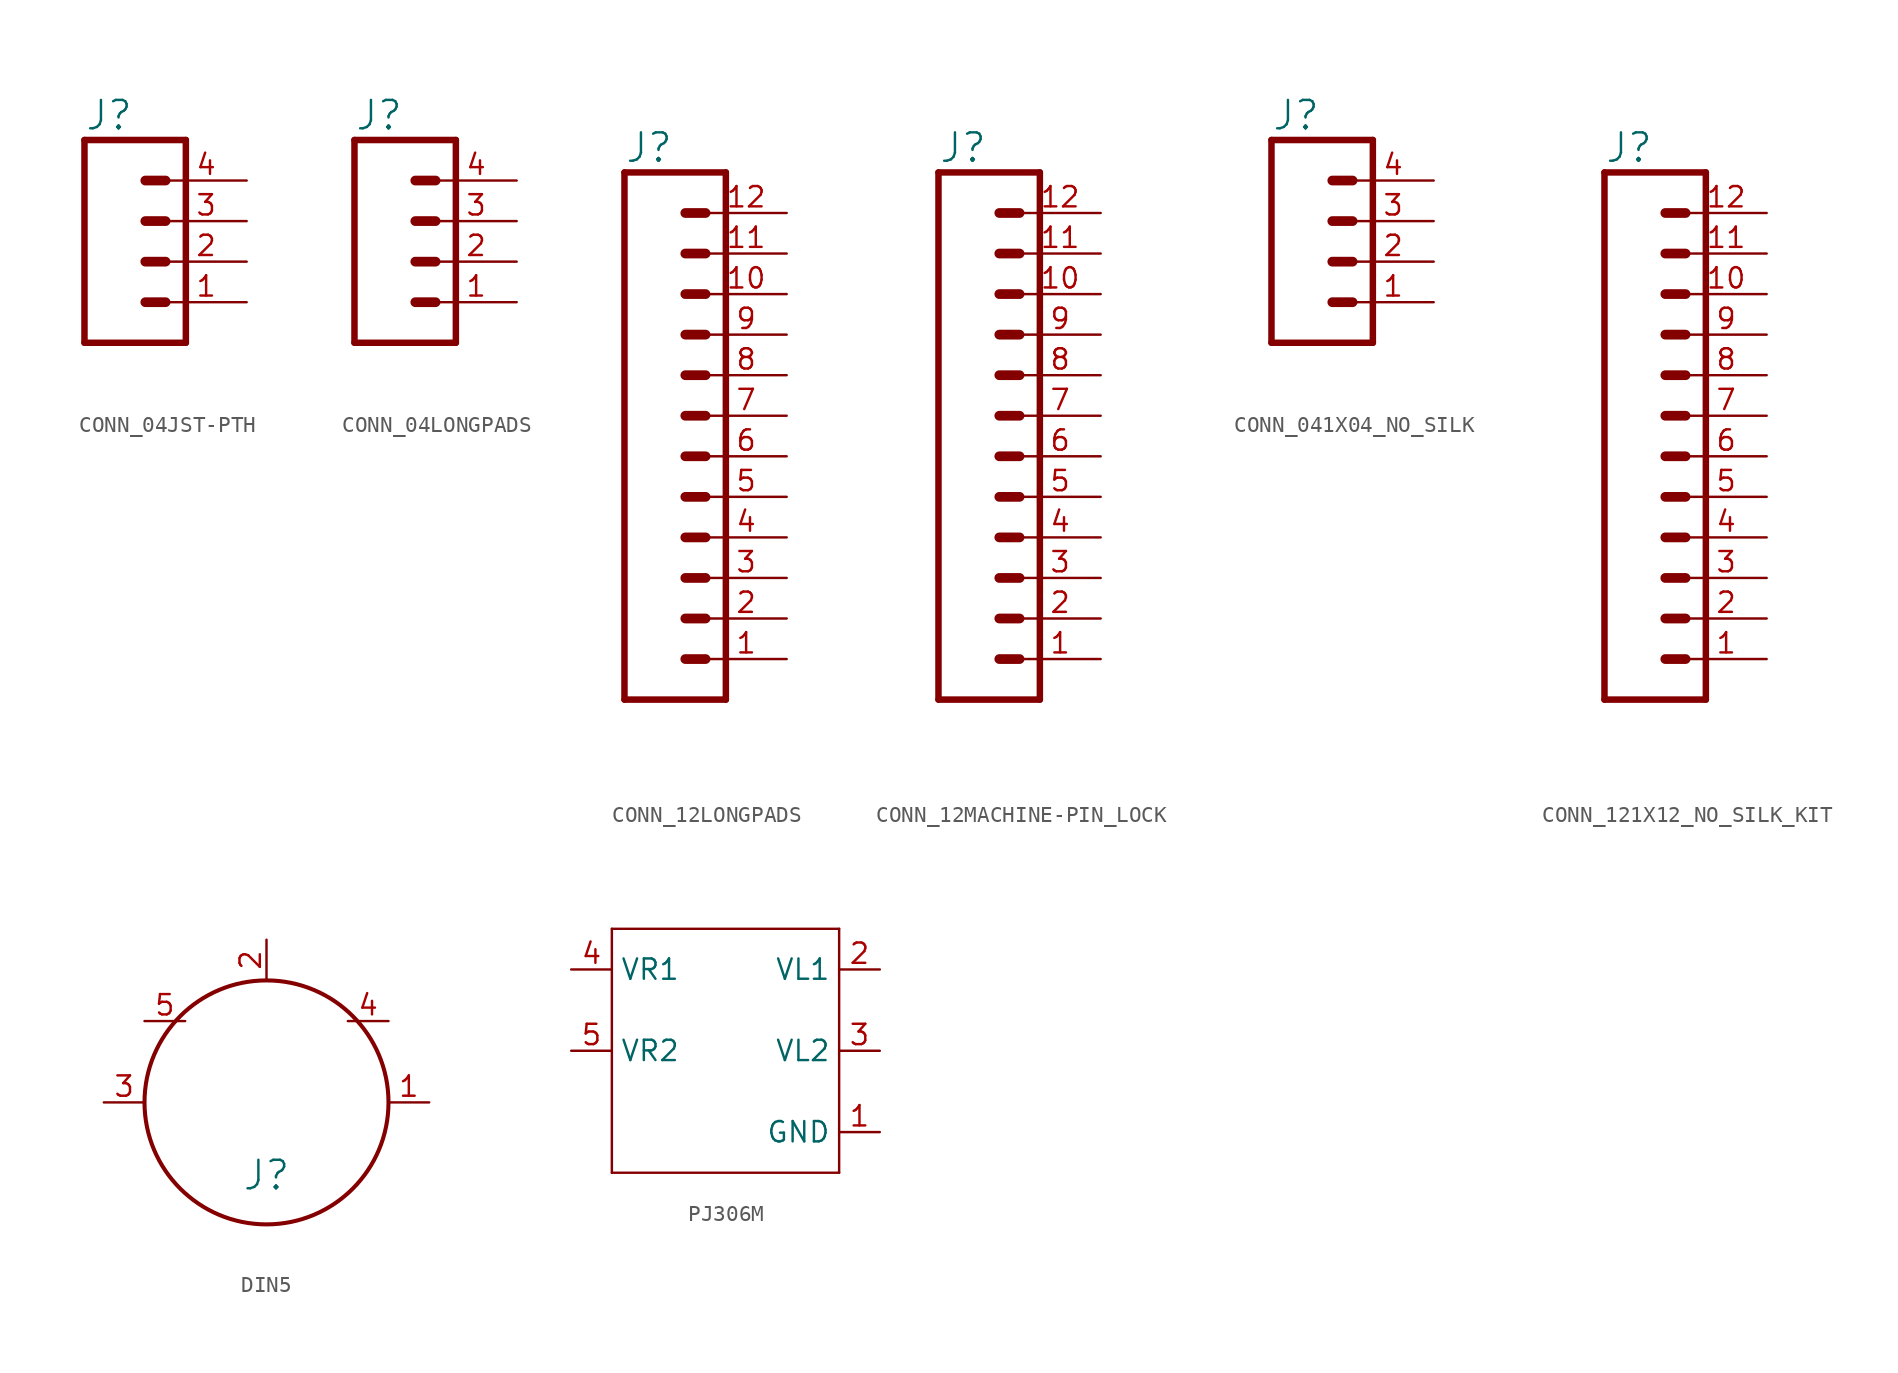
<source format=kicad_sym>
(kicad_symbol_lib
  (version 20231120)
  (generator "kicad_symbol_editor")
  (generator_version "8.0")
  (symbol "CONN_04JST-PTH"
    (property "Reference" "J"
      (at -5.08 8.128 0)
      (effects (font (size 1.778 1.778)) (justify left bottom)))
    (property "Value" ""
      (at -5.08 -7.366 0)
      (effects (font (size 1.778 1.778)) (justify left bottom)))
    (property "ki_locked" ""
      (at 0 0 0)
      (effects (font (size 1.27 1.27))))
    (symbol "CONN_04JST-PTH_1_0"
      (polyline (pts (xy -5.08 7.62) (xy -5.08 -5.08)) (stroke (width 0.406) (type solid)) (fill (type none)))
      (polyline (pts (xy -5.08 7.62) (xy 1.27 7.62)) (stroke (width 0.406) (type solid)) (fill (type none)))
      (polyline (pts (xy -1.27 -2.54) (xy 0 -2.54)) (stroke (width 0.61) (type solid)) (fill (type none)))
      (polyline (pts (xy -1.27 0) (xy 0 0)) (stroke (width 0.61) (type solid)) (fill (type none)))
      (polyline (pts (xy -1.27 2.54) (xy 0 2.54)) (stroke (width 0.61) (type solid)) (fill (type none)))
      (polyline (pts (xy -1.27 5.08) (xy 0 5.08)) (stroke (width 0.61) (type solid)) (fill (type none)))
      (polyline (pts (xy 1.27 -5.08) (xy -5.08 -5.08)) (stroke (width 0.406) (type solid)) (fill (type none)))
      (polyline (pts (xy 1.27 -5.08) (xy 1.27 7.62)) (stroke (width 0.406) (type solid)) (fill (type none)))
      (pin passive line (at 5.08 -2.54 180) (length 5.08) (name "1" (effects (font (size 0 0)))) (number "1" (effects (font (size 1.27 1.27)))))
      (pin passive line (at 5.08 0 180) (length 5.08) (name "2" (effects (font (size 0 0)))) (number "2" (effects (font (size 1.27 1.27)))))
      (pin passive line (at 5.08 2.54 180) (length 5.08) (name "3" (effects (font (size 0 0)))) (number "3" (effects (font (size 1.27 1.27)))))
      (pin passive line (at 5.08 5.08 180) (length 5.08) (name "4" (effects (font (size 0 0)))) (number "4" (effects (font (size 1.27 1.27)))))))
  (symbol "CONN_04LONGPADS"
    (property "Reference" "J"
      (at -5.08 8.128 0)
      (effects (font (size 1.778 1.778)) (justify left bottom)))
    (property "Value" ""
      (at -5.08 -7.366 0)
      (effects (font (size 1.778 1.778)) (justify left bottom)))
    (property "ki_locked" ""
      (at 0 0 0)
      (effects (font (size 1.27 1.27))))
    (symbol "CONN_04LONGPADS_1_0"
      (polyline (pts (xy -5.08 7.62) (xy -5.08 -5.08)) (stroke (width 0.406) (type solid)) (fill (type none)))
      (polyline (pts (xy -5.08 7.62) (xy 1.27 7.62)) (stroke (width 0.406) (type solid)) (fill (type none)))
      (polyline (pts (xy -1.27 -2.54) (xy 0 -2.54)) (stroke (width 0.61) (type solid)) (fill (type none)))
      (polyline (pts (xy -1.27 0) (xy 0 0)) (stroke (width 0.61) (type solid)) (fill (type none)))
      (polyline (pts (xy -1.27 2.54) (xy 0 2.54)) (stroke (width 0.61) (type solid)) (fill (type none)))
      (polyline (pts (xy -1.27 5.08) (xy 0 5.08)) (stroke (width 0.61) (type solid)) (fill (type none)))
      (polyline (pts (xy 1.27 -5.08) (xy -5.08 -5.08)) (stroke (width 0.406) (type solid)) (fill (type none)))
      (polyline (pts (xy 1.27 -5.08) (xy 1.27 7.62)) (stroke (width 0.406) (type solid)) (fill (type none)))
      (pin passive line (at 5.08 -2.54 180) (length 5.08) (name "1" (effects (font (size 0 0)))) (number "1" (effects (font (size 1.27 1.27)))))
      (pin passive line (at 5.08 0 180) (length 5.08) (name "2" (effects (font (size 0 0)))) (number "2" (effects (font (size 1.27 1.27)))))
      (pin passive line (at 5.08 2.54 180) (length 5.08) (name "3" (effects (font (size 0 0)))) (number "3" (effects (font (size 1.27 1.27)))))
      (pin passive line (at 5.08 5.08 180) (length 5.08) (name "4" (effects (font (size 0 0)))) (number "4" (effects (font (size 1.27 1.27)))))))
  (symbol "CONN_12LONGPADS"
    (property "Reference" "J"
      (at 0 15.748 0)
      (effects (font (size 1.778 1.778)) (justify left bottom)))
    (property "Value" ""
      (at 0 -20.066 0)
      (effects (font (size 1.778 1.778)) (justify left bottom)))
    (property "ki_locked" ""
      (at 0 0 0)
      (effects (font (size 1.27 1.27))))
    (symbol "CONN_12LONGPADS_1_0"
      (polyline (pts (xy 0 15.24) (xy 0 -17.78)) (stroke (width 0.406) (type solid)) (fill (type none)))
      (polyline (pts (xy 0 15.24) (xy 6.35 15.24)) (stroke (width 0.406) (type solid)) (fill (type none)))
      (polyline (pts (xy 3.81 -15.24) (xy 5.08 -15.24)) (stroke (width 0.61) (type solid)) (fill (type none)))
      (polyline (pts (xy 3.81 -12.7) (xy 5.08 -12.7)) (stroke (width 0.61) (type solid)) (fill (type none)))
      (polyline (pts (xy 3.81 -10.16) (xy 5.08 -10.16)) (stroke (width 0.61) (type solid)) (fill (type none)))
      (polyline (pts (xy 3.81 -7.62) (xy 5.08 -7.62)) (stroke (width 0.61) (type solid)) (fill (type none)))
      (polyline (pts (xy 3.81 -5.08) (xy 5.08 -5.08)) (stroke (width 0.61) (type solid)) (fill (type none)))
      (polyline (pts (xy 3.81 -2.54) (xy 5.08 -2.54)) (stroke (width 0.61) (type solid)) (fill (type none)))
      (polyline (pts (xy 3.81 0) (xy 5.08 0)) (stroke (width 0.61) (type solid)) (fill (type none)))
      (polyline (pts (xy 3.81 2.54) (xy 5.08 2.54)) (stroke (width 0.61) (type solid)) (fill (type none)))
      (polyline (pts (xy 3.81 5.08) (xy 5.08 5.08)) (stroke (width 0.61) (type solid)) (fill (type none)))
      (polyline (pts (xy 3.81 7.62) (xy 5.08 7.62)) (stroke (width 0.61) (type solid)) (fill (type none)))
      (polyline (pts (xy 3.81 10.16) (xy 5.08 10.16)) (stroke (width 0.61) (type solid)) (fill (type none)))
      (polyline (pts (xy 3.81 12.7) (xy 5.08 12.7)) (stroke (width 0.61) (type solid)) (fill (type none)))
      (polyline (pts (xy 6.35 -17.78) (xy 0 -17.78)) (stroke (width 0.406) (type solid)) (fill (type none)))
      (polyline (pts (xy 6.35 -17.78) (xy 6.35 15.24)) (stroke (width 0.406) (type solid)) (fill (type none)))
      (pin passive line (at 10.16 -15.24 180) (length 5.08) (name "1" (effects (font (size 0 0)))) (number "1" (effects (font (size 1.27 1.27)))))
      (pin passive line (at 10.16 7.62 180) (length 5.08) (name "10" (effects (font (size 0 0)))) (number "10" (effects (font (size 1.27 1.27)))))
      (pin passive line (at 10.16 10.16 180) (length 5.08) (name "11" (effects (font (size 0 0)))) (number "11" (effects (font (size 1.27 1.27)))))
      (pin passive line (at 10.16 12.7 180) (length 5.08) (name "12" (effects (font (size 0 0)))) (number "12" (effects (font (size 1.27 1.27)))))
      (pin passive line (at 10.16 -12.7 180) (length 5.08) (name "2" (effects (font (size 0 0)))) (number "2" (effects (font (size 1.27 1.27)))))
      (pin passive line (at 10.16 -10.16 180) (length 5.08) (name "3" (effects (font (size 0 0)))) (number "3" (effects (font (size 1.27 1.27)))))
      (pin passive line (at 10.16 -7.62 180) (length 5.08) (name "4" (effects (font (size 0 0)))) (number "4" (effects (font (size 1.27 1.27)))))
      (pin passive line (at 10.16 -5.08 180) (length 5.08) (name "5" (effects (font (size 0 0)))) (number "5" (effects (font (size 1.27 1.27)))))
      (pin passive line (at 10.16 -2.54 180) (length 5.08) (name "6" (effects (font (size 0 0)))) (number "6" (effects (font (size 1.27 1.27)))))
      (pin passive line (at 10.16 0 180) (length 5.08) (name "7" (effects (font (size 0 0)))) (number "7" (effects (font (size 1.27 1.27)))))
      (pin passive line (at 10.16 2.54 180) (length 5.08) (name "8" (effects (font (size 0 0)))) (number "8" (effects (font (size 1.27 1.27)))))
      (pin passive line (at 10.16 5.08 180) (length 5.08) (name "9" (effects (font (size 0 0)))) (number "9" (effects (font (size 1.27 1.27)))))))
  (symbol "CONN_12MACHINE-PIN_LOCK"
    (property "Reference" "J"
      (at 0 15.748 0)
      (effects (font (size 1.778 1.778)) (justify left bottom)))
    (property "Value" ""
      (at 0 -20.066 0)
      (effects (font (size 1.778 1.778)) (justify left bottom)))
    (property "ki_locked" ""
      (at 0 0 0)
      (effects (font (size 1.27 1.27))))
    (symbol "CONN_12MACHINE-PIN_LOCK_1_0"
      (polyline (pts (xy 0 15.24) (xy 0 -17.78)) (stroke (width 0.406) (type solid)) (fill (type none)))
      (polyline (pts (xy 0 15.24) (xy 6.35 15.24)) (stroke (width 0.406) (type solid)) (fill (type none)))
      (polyline (pts (xy 3.81 -15.24) (xy 5.08 -15.24)) (stroke (width 0.61) (type solid)) (fill (type none)))
      (polyline (pts (xy 3.81 -12.7) (xy 5.08 -12.7)) (stroke (width 0.61) (type solid)) (fill (type none)))
      (polyline (pts (xy 3.81 -10.16) (xy 5.08 -10.16)) (stroke (width 0.61) (type solid)) (fill (type none)))
      (polyline (pts (xy 3.81 -7.62) (xy 5.08 -7.62)) (stroke (width 0.61) (type solid)) (fill (type none)))
      (polyline (pts (xy 3.81 -5.08) (xy 5.08 -5.08)) (stroke (width 0.61) (type solid)) (fill (type none)))
      (polyline (pts (xy 3.81 -2.54) (xy 5.08 -2.54)) (stroke (width 0.61) (type solid)) (fill (type none)))
      (polyline (pts (xy 3.81 0) (xy 5.08 0)) (stroke (width 0.61) (type solid)) (fill (type none)))
      (polyline (pts (xy 3.81 2.54) (xy 5.08 2.54)) (stroke (width 0.61) (type solid)) (fill (type none)))
      (polyline (pts (xy 3.81 5.08) (xy 5.08 5.08)) (stroke (width 0.61) (type solid)) (fill (type none)))
      (polyline (pts (xy 3.81 7.62) (xy 5.08 7.62)) (stroke (width 0.61) (type solid)) (fill (type none)))
      (polyline (pts (xy 3.81 10.16) (xy 5.08 10.16)) (stroke (width 0.61) (type solid)) (fill (type none)))
      (polyline (pts (xy 3.81 12.7) (xy 5.08 12.7)) (stroke (width 0.61) (type solid)) (fill (type none)))
      (polyline (pts (xy 6.35 -17.78) (xy 0 -17.78)) (stroke (width 0.406) (type solid)) (fill (type none)))
      (polyline (pts (xy 6.35 -17.78) (xy 6.35 15.24)) (stroke (width 0.406) (type solid)) (fill (type none)))
      (pin passive line (at 10.16 -15.24 180) (length 5.08) (name "1" (effects (font (size 0 0)))) (number "1" (effects (font (size 1.27 1.27)))))
      (pin passive line (at 10.16 7.62 180) (length 5.08) (name "10" (effects (font (size 0 0)))) (number "10" (effects (font (size 1.27 1.27)))))
      (pin passive line (at 10.16 10.16 180) (length 5.08) (name "11" (effects (font (size 0 0)))) (number "11" (effects (font (size 1.27 1.27)))))
      (pin passive line (at 10.16 12.7 180) (length 5.08) (name "12" (effects (font (size 0 0)))) (number "12" (effects (font (size 1.27 1.27)))))
      (pin passive line (at 10.16 -12.7 180) (length 5.08) (name "2" (effects (font (size 0 0)))) (number "2" (effects (font (size 1.27 1.27)))))
      (pin passive line (at 10.16 -10.16 180) (length 5.08) (name "3" (effects (font (size 0 0)))) (number "3" (effects (font (size 1.27 1.27)))))
      (pin passive line (at 10.16 -7.62 180) (length 5.08) (name "4" (effects (font (size 0 0)))) (number "4" (effects (font (size 1.27 1.27)))))
      (pin passive line (at 10.16 -5.08 180) (length 5.08) (name "5" (effects (font (size 0 0)))) (number "5" (effects (font (size 1.27 1.27)))))
      (pin passive line (at 10.16 -2.54 180) (length 5.08) (name "6" (effects (font (size 0 0)))) (number "6" (effects (font (size 1.27 1.27)))))
      (pin passive line (at 10.16 0 180) (length 5.08) (name "7" (effects (font (size 0 0)))) (number "7" (effects (font (size 1.27 1.27)))))
      (pin passive line (at 10.16 2.54 180) (length 5.08) (name "8" (effects (font (size 0 0)))) (number "8" (effects (font (size 1.27 1.27)))))
      (pin passive line (at 10.16 5.08 180) (length 5.08) (name "9" (effects (font (size 0 0)))) (number "9" (effects (font (size 1.27 1.27)))))))
  (symbol "CONN_041X04_NO_SILK"
    (property "Reference" "J"
      (at -5.08 8.128 0)
      (effects (font (size 1.778 1.778)) (justify left bottom)))
    (property "Value" ""
      (at -5.08 -7.366 0)
      (effects (font (size 1.778 1.778)) (justify left bottom)))
    (property "ki_locked" ""
      (at 0 0 0)
      (effects (font (size 1.27 1.27))))
    (symbol "CONN_041X04_NO_SILK_1_0"
      (polyline (pts (xy -5.08 7.62) (xy -5.08 -5.08)) (stroke (width 0.406) (type solid)) (fill (type none)))
      (polyline (pts (xy -5.08 7.62) (xy 1.27 7.62)) (stroke (width 0.406) (type solid)) (fill (type none)))
      (polyline (pts (xy -1.27 -2.54) (xy 0 -2.54)) (stroke (width 0.61) (type solid)) (fill (type none)))
      (polyline (pts (xy -1.27 0) (xy 0 0)) (stroke (width 0.61) (type solid)) (fill (type none)))
      (polyline (pts (xy -1.27 2.54) (xy 0 2.54)) (stroke (width 0.61) (type solid)) (fill (type none)))
      (polyline (pts (xy -1.27 5.08) (xy 0 5.08)) (stroke (width 0.61) (type solid)) (fill (type none)))
      (polyline (pts (xy 1.27 -5.08) (xy -5.08 -5.08)) (stroke (width 0.406) (type solid)) (fill (type none)))
      (polyline (pts (xy 1.27 -5.08) (xy 1.27 7.62)) (stroke (width 0.406) (type solid)) (fill (type none)))
      (pin passive line (at 5.08 -2.54 180) (length 5.08) (name "1" (effects (font (size 0 0)))) (number "1" (effects (font (size 1.27 1.27)))))
      (pin passive line (at 5.08 0 180) (length 5.08) (name "2" (effects (font (size 0 0)))) (number "2" (effects (font (size 1.27 1.27)))))
      (pin passive line (at 5.08 2.54 180) (length 5.08) (name "3" (effects (font (size 0 0)))) (number "3" (effects (font (size 1.27 1.27)))))
      (pin passive line (at 5.08 5.08 180) (length 5.08) (name "4" (effects (font (size 0 0)))) (number "4" (effects (font (size 1.27 1.27)))))))
  (symbol "CONN_121X12_NO_SILK_KIT"
    (property "Reference" "J"
      (at 0 15.748 0)
      (effects (font (size 1.778 1.778)) (justify left bottom)))
    (property "Value" ""
      (at 0 -20.066 0)
      (effects (font (size 1.778 1.778)) (justify left bottom)))
    (property "ki_locked" ""
      (at 0 0 0)
      (effects (font (size 1.27 1.27))))
    (symbol "CONN_121X12_NO_SILK_KIT_1_0"
      (polyline (pts (xy 0 15.24) (xy 0 -17.78)) (stroke (width 0.406) (type solid)) (fill (type none)))
      (polyline (pts (xy 0 15.24) (xy 6.35 15.24)) (stroke (width 0.406) (type solid)) (fill (type none)))
      (polyline (pts (xy 3.81 -15.24) (xy 5.08 -15.24)) (stroke (width 0.61) (type solid)) (fill (type none)))
      (polyline (pts (xy 3.81 -12.7) (xy 5.08 -12.7)) (stroke (width 0.61) (type solid)) (fill (type none)))
      (polyline (pts (xy 3.81 -10.16) (xy 5.08 -10.16)) (stroke (width 0.61) (type solid)) (fill (type none)))
      (polyline (pts (xy 3.81 -7.62) (xy 5.08 -7.62)) (stroke (width 0.61) (type solid)) (fill (type none)))
      (polyline (pts (xy 3.81 -5.08) (xy 5.08 -5.08)) (stroke (width 0.61) (type solid)) (fill (type none)))
      (polyline (pts (xy 3.81 -2.54) (xy 5.08 -2.54)) (stroke (width 0.61) (type solid)) (fill (type none)))
      (polyline (pts (xy 3.81 0) (xy 5.08 0)) (stroke (width 0.61) (type solid)) (fill (type none)))
      (polyline (pts (xy 3.81 2.54) (xy 5.08 2.54)) (stroke (width 0.61) (type solid)) (fill (type none)))
      (polyline (pts (xy 3.81 5.08) (xy 5.08 5.08)) (stroke (width 0.61) (type solid)) (fill (type none)))
      (polyline (pts (xy 3.81 7.62) (xy 5.08 7.62)) (stroke (width 0.61) (type solid)) (fill (type none)))
      (polyline (pts (xy 3.81 10.16) (xy 5.08 10.16)) (stroke (width 0.61) (type solid)) (fill (type none)))
      (polyline (pts (xy 3.81 12.7) (xy 5.08 12.7)) (stroke (width 0.61) (type solid)) (fill (type none)))
      (polyline (pts (xy 6.35 -17.78) (xy 0 -17.78)) (stroke (width 0.406) (type solid)) (fill (type none)))
      (polyline (pts (xy 6.35 -17.78) (xy 6.35 15.24)) (stroke (width 0.406) (type solid)) (fill (type none)))
      (pin passive line (at 10.16 -15.24 180) (length 5.08) (name "1" (effects (font (size 0 0)))) (number "1" (effects (font (size 1.27 1.27)))))
      (pin passive line (at 10.16 7.62 180) (length 5.08) (name "10" (effects (font (size 0 0)))) (number "10" (effects (font (size 1.27 1.27)))))
      (pin passive line (at 10.16 10.16 180) (length 5.08) (name "11" (effects (font (size 0 0)))) (number "11" (effects (font (size 1.27 1.27)))))
      (pin passive line (at 10.16 12.7 180) (length 5.08) (name "12" (effects (font (size 0 0)))) (number "12" (effects (font (size 1.27 1.27)))))
      (pin passive line (at 10.16 -12.7 180) (length 5.08) (name "2" (effects (font (size 0 0)))) (number "2" (effects (font (size 1.27 1.27)))))
      (pin passive line (at 10.16 -10.16 180) (length 5.08) (name "3" (effects (font (size 0 0)))) (number "3" (effects (font (size 1.27 1.27)))))
      (pin passive line (at 10.16 -7.62 180) (length 5.08) (name "4" (effects (font (size 0 0)))) (number "4" (effects (font (size 1.27 1.27)))))
      (pin passive line (at 10.16 -5.08 180) (length 5.08) (name "5" (effects (font (size 0 0)))) (number "5" (effects (font (size 1.27 1.27)))))
      (pin passive line (at 10.16 -2.54 180) (length 5.08) (name "6" (effects (font (size 0 0)))) (number "6" (effects (font (size 1.27 1.27)))))
      (pin passive line (at 10.16 0 180) (length 5.08) (name "7" (effects (font (size 0 0)))) (number "7" (effects (font (size 1.27 1.27)))))
      (pin passive line (at 10.16 2.54 180) (length 5.08) (name "8" (effects (font (size 0 0)))) (number "8" (effects (font (size 1.27 1.27)))))
      (pin passive line (at 10.16 5.08 180) (length 5.08) (name "9" (effects (font (size 0 0)))) (number "9" (effects (font (size 1.27 1.27)))))))
  (symbol "DIN5"
    (property "Reference" "J"
      (at 0 -5.588 0)
      (effects (font (size 1.778 1.778)) (justify bottom)))
    (property "Value" ""
      (at 0 -7.874 0)
      (effects (font (size 1.778 1.778)) (justify top)))
    (property "ki_locked" ""
      (at 0 0 0)
      (effects (font (size 1.27 1.27))))
    (symbol "DIN5_1_0"
      (circle (center 0 0) (radius 7.62) (stroke (width 0.254) (type solid)) (fill (type none)))
      (pin bidirectional line (at 10.16 0 180) (length 2.54) (name "1" (effects (font (size 0 0)))) (number "1" (effects (font (size 1.27 1.27)))))
      (pin bidirectional line (at 0 10.16 270) (length 2.54) (name "2" (effects (font (size 0 0)))) (number "2" (effects (font (size 1.27 1.27)))))
      (pin bidirectional line (at -10.16 0 0) (length 2.54) (name "3" (effects (font (size 0 0)))) (number "3" (effects (font (size 1.27 1.27)))))
      (pin bidirectional line (at 7.62 5.08 180) (length 2.54) (name "4" (effects (font (size 0 0)))) (number "4" (effects (font (size 1.27 1.27)))))
      (pin bidirectional line (at -7.62 5.08 0) (length 2.54) (name "5" (effects (font (size 0 0)))) (number "5" (effects (font (size 1.27 1.27)))))))
  (symbol "PJ306M"
    (property "Reference" ""
      (at -2.54 7.62 0)
      (effects (font (size 1.27 1.079)) (justify left bottom) (hide yes)))
    (property "ki_locked" ""
      (at 0 0 0)
      (effects (font (size 1.27 1.27))))
    (symbol "PJ306M_1_0"
      (polyline (pts (xy -6.58 -7.62) (xy 7.62 -7.62)) (stroke (width 0.152) (type solid)) (fill (type none)))
      (polyline (pts (xy -6.58 7.62) (xy -6.58 -7.62)) (stroke (width 0.152) (type solid)) (fill (type none)))
      (polyline (pts (xy 7.62 -7.62) (xy 7.62 7.62)) (stroke (width 0.152) (type solid)) (fill (type none)))
      (polyline (pts (xy 7.62 7.62) (xy -6.58 7.62)) (stroke (width 0.152) (type solid)) (fill (type none)))
      (pin bidirectional line (at 10.16 -5.08 180) (length 2.54) (name "GND" (effects (font (size 1.27 1.27)))) (number "1" (effects (font (size 1.27 1.27)))))
      (pin bidirectional line (at 10.16 5.08 180) (length 2.54) (name "VL1" (effects (font (size 1.27 1.27)))) (number "2" (effects (font (size 1.27 1.27)))))
      (pin bidirectional line (at 10.16 0 180) (length 2.54) (name "VL2" (effects (font (size 1.27 1.27)))) (number "3" (effects (font (size 1.27 1.27)))))
      (pin bidirectional line (at -9.12 5.08 0) (length 2.54) (name "VR1" (effects (font (size 1.27 1.27)))) (number "4" (effects (font (size 1.27 1.27)))))
      (pin bidirectional line (at -9.12 0 0) (length 2.54) (name "VR2" (effects (font (size 1.27 1.27)))) (number "5" (effects (font (size 1.27 1.27))))))))
</source>
